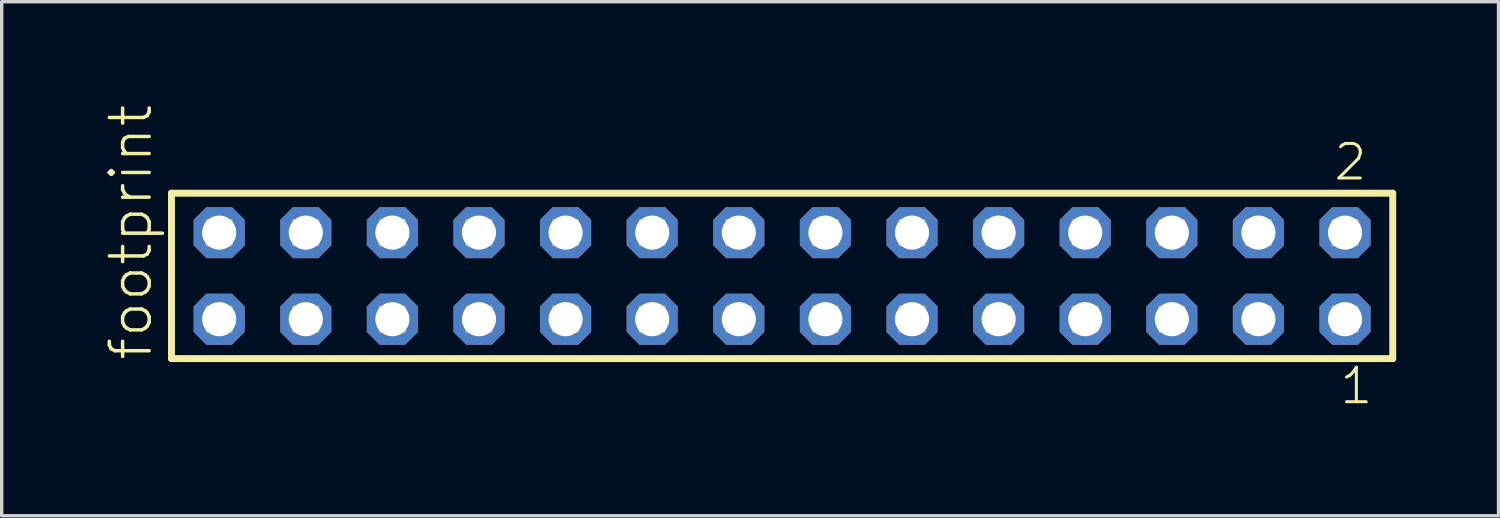
<source format=kicad_pcb>
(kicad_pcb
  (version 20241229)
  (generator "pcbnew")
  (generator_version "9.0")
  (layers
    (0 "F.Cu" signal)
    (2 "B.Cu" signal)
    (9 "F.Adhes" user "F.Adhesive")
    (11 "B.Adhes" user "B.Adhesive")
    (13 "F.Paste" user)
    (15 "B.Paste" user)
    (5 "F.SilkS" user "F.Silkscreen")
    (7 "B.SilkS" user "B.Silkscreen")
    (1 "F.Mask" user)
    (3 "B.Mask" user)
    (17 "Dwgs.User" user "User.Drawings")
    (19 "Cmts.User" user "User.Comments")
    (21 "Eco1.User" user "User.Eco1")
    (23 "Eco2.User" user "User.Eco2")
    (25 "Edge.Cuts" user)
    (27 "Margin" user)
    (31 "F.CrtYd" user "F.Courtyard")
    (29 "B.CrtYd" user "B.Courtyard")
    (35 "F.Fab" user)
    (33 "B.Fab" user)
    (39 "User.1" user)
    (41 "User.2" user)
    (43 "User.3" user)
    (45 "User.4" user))
  (footprint "footprint"
    (layer "F.Cu")
    (at 19.888 5.042)
    (property "Reference" "footprint" (at -18.415 2.54 90) (layer "F.SilkS") (effects (font (size 1.168 1.168) (thickness 0.102)) (justify left bottom)))
    (fp_line (start -17.909 -2.425) (end 17.909 -2.425) (stroke (width 0.203) (type solid)) (layer "F.SilkS"))
    (fp_line (start -17.909 2.425) (end -17.909 -2.425) (stroke (width 0.203) (type solid)) (layer "F.SilkS"))
    (fp_line (start 17.909 -2.425) (end 17.909 2.425) (stroke (width 0.203) (type solid)) (layer "F.SilkS"))
    (fp_line (start 17.909 2.425) (end -17.909 2.425) (stroke (width 0.203) (type solid)) (layer "F.SilkS"))
    (fp_poly (pts (xy -16.86 -0.92) (xy -16.16 -0.92) (xy -16.16 -1.62) (xy -16.86 -1.62)) (stroke (width 0.1) (type solid)) (fill no) (layer "F.Fab"))
    (fp_poly (pts (xy -16.86 1.62) (xy -16.16 1.62) (xy -16.16 0.92) (xy -16.86 0.92)) (stroke (width 0.1) (type solid)) (fill no) (layer "F.Fab"))
    (fp_poly (pts (xy -14.32 -0.92) (xy -13.62 -0.92) (xy -13.62 -1.62) (xy -14.32 -1.62)) (stroke (width 0.1) (type solid)) (fill no) (layer "F.Fab"))
    (fp_poly (pts (xy -14.32 1.62) (xy -13.62 1.62) (xy -13.62 0.92) (xy -14.32 0.92)) (stroke (width 0.1) (type solid)) (fill no) (layer "F.Fab"))
    (fp_poly (pts (xy -11.78 -0.92) (xy -11.08 -0.92) (xy -11.08 -1.62) (xy -11.78 -1.62)) (stroke (width 0.1) (type solid)) (fill no) (layer "F.Fab"))
    (fp_poly (pts (xy -11.78 1.62) (xy -11.08 1.62) (xy -11.08 0.92) (xy -11.78 0.92)) (stroke (width 0.1) (type solid)) (fill no) (layer "F.Fab"))
    (fp_poly (pts (xy -9.24 -0.92) (xy -8.54 -0.92) (xy -8.54 -1.62) (xy -9.24 -1.62)) (stroke (width 0.1) (type solid)) (fill no) (layer "F.Fab"))
    (fp_poly (pts (xy -9.24 1.62) (xy -8.54 1.62) (xy -8.54 0.92) (xy -9.24 0.92)) (stroke (width 0.1) (type solid)) (fill no) (layer "F.Fab"))
    (fp_poly (pts (xy -6.7 -0.92) (xy -6 -0.92) (xy -6 -1.62) (xy -6.7 -1.62)) (stroke (width 0.1) (type solid)) (fill no) (layer "F.Fab"))
    (fp_poly (pts (xy -6.7 1.62) (xy -6 1.62) (xy -6 0.92) (xy -6.7 0.92)) (stroke (width 0.1) (type solid)) (fill no) (layer "F.Fab"))
    (fp_poly (pts (xy -4.16 -0.92) (xy -3.46 -0.92) (xy -3.46 -1.62) (xy -4.16 -1.62)) (stroke (width 0.1) (type solid)) (fill no) (layer "F.Fab"))
    (fp_poly (pts (xy -4.16 1.62) (xy -3.46 1.62) (xy -3.46 0.92) (xy -4.16 0.92)) (stroke (width 0.1) (type solid)) (fill no) (layer "F.Fab"))
    (fp_poly (pts (xy -1.62 -0.92) (xy -0.92 -0.92) (xy -0.92 -1.62) (xy -1.62 -1.62)) (stroke (width 0.1) (type solid)) (fill no) (layer "F.Fab"))
    (fp_poly (pts (xy -1.62 1.62) (xy -0.92 1.62) (xy -0.92 0.92) (xy -1.62 0.92)) (stroke (width 0.1) (type solid)) (fill no) (layer "F.Fab"))
    (fp_poly (pts (xy 0.92 -0.92) (xy 1.62 -0.92) (xy 1.62 -1.62) (xy 0.92 -1.62)) (stroke (width 0.1) (type solid)) (fill no) (layer "F.Fab"))
    (fp_poly (pts (xy 0.92 1.62) (xy 1.62 1.62) (xy 1.62 0.92) (xy 0.92 0.92)) (stroke (width 0.1) (type solid)) (fill no) (layer "F.Fab"))
    (fp_poly (pts (xy 3.46 -0.92) (xy 4.16 -0.92) (xy 4.16 -1.62) (xy 3.46 -1.62)) (stroke (width 0.1) (type solid)) (fill no) (layer "F.Fab"))
    (fp_poly (pts (xy 3.46 1.62) (xy 4.16 1.62) (xy 4.16 0.92) (xy 3.46 0.92)) (stroke (width 0.1) (type solid)) (fill no) (layer "F.Fab"))
    (fp_poly (pts (xy 6 -0.92) (xy 6.7 -0.92) (xy 6.7 -1.62) (xy 6 -1.62)) (stroke (width 0.1) (type solid)) (fill no) (layer "F.Fab"))
    (fp_poly (pts (xy 6 1.62) (xy 6.7 1.62) (xy 6.7 0.92) (xy 6 0.92)) (stroke (width 0.1) (type solid)) (fill no) (layer "F.Fab"))
    (fp_poly (pts (xy 8.54 -0.92) (xy 9.24 -0.92) (xy 9.24 -1.62) (xy 8.54 -1.62)) (stroke (width 0.1) (type solid)) (fill no) (layer "F.Fab"))
    (fp_poly (pts (xy 8.54 1.62) (xy 9.24 1.62) (xy 9.24 0.92) (xy 8.54 0.92)) (stroke (width 0.1) (type solid)) (fill no) (layer "F.Fab"))
    (fp_poly (pts (xy 11.08 -0.92) (xy 11.78 -0.92) (xy 11.78 -1.62) (xy 11.08 -1.62)) (stroke (width 0.1) (type solid)) (fill no) (layer "F.Fab"))
    (fp_poly (pts (xy 11.08 1.62) (xy 11.78 1.62) (xy 11.78 0.92) (xy 11.08 0.92)) (stroke (width 0.1) (type solid)) (fill no) (layer "F.Fab"))
    (fp_poly (pts (xy 13.62 -0.92) (xy 14.32 -0.92) (xy 14.32 -1.62) (xy 13.62 -1.62)) (stroke (width 0.1) (type solid)) (fill no) (layer "F.Fab"))
    (fp_poly (pts (xy 13.62 1.62) (xy 14.32 1.62) (xy 14.32 0.92) (xy 13.62 0.92)) (stroke (width 0.1) (type solid)) (fill no) (layer "F.Fab"))
    (fp_poly (pts (xy 16.16 -0.92) (xy 16.86 -0.92) (xy 16.86 -1.62) (xy 16.16 -1.62)) (stroke (width 0.1) (type solid)) (fill no) (layer "F.Fab"))
    (fp_poly (pts (xy 16.16 1.62) (xy 16.86 1.62) (xy 16.86 0.92) (xy 16.16 0.92)) (stroke (width 0.1) (type solid)) (fill no) (layer "F.Fab"))
    (fp_text user "1" (at 16.302 3.818 0) (layer "F.SilkS") (effects (font (size 1.012 1.012) (thickness 0.088)) (justify left bottom)))
    (fp_text user "2" (at 16.127 -2.744 0) (layer "F.SilkS") (effects (font (size 1.012 1.012) (thickness 0.088)) (justify left bottom)))
    (pad "1" thru_hole roundrect (at 16.51 1.27 180) (size 1.5 1.5) (drill 1) (layers "*.Cu" "*.Mask") (roundrect_rratio 0.25) (chamfer_ratio 0.25) (chamfer top_left top_right bottom_left bottom_right))
    (pad "2" thru_hole roundrect (at 16.51 -1.27 180) (size 1.5 1.5) (drill 1) (layers "*.Cu" "*.Mask") (roundrect_rratio 0.25) (chamfer_ratio 0.25) (chamfer top_left top_right bottom_left bottom_right))
    (pad "3" thru_hole roundrect (at 13.97 1.27 180) (size 1.5 1.5) (drill 1) (layers "*.Cu" "*.Mask") (roundrect_rratio 0.25) (chamfer_ratio 0.25) (chamfer top_left top_right bottom_left bottom_right))
    (pad "4" thru_hole roundrect (at 13.97 -1.27 180) (size 1.5 1.5) (drill 1) (layers "*.Cu" "*.Mask") (roundrect_rratio 0.25) (chamfer_ratio 0.25) (chamfer top_left top_right bottom_left bottom_right))
    (pad "5" thru_hole roundrect (at 11.43 1.27 180) (size 1.5 1.5) (drill 1) (layers "*.Cu" "*.Mask") (roundrect_rratio 0.25) (chamfer_ratio 0.25) (chamfer top_left top_right bottom_left bottom_right))
    (pad "6" thru_hole roundrect (at 11.43 -1.27 180) (size 1.5 1.5) (drill 1) (layers "*.Cu" "*.Mask") (roundrect_rratio 0.25) (chamfer_ratio 0.25) (chamfer top_left top_right bottom_left bottom_right))
    (pad "7" thru_hole roundrect (at 8.89 1.27 180) (size 1.5 1.5) (drill 1) (layers "*.Cu" "*.Mask") (roundrect_rratio 0.25) (chamfer_ratio 0.25) (chamfer top_left top_right bottom_left bottom_right))
    (pad "8" thru_hole roundrect (at 8.89 -1.27 180) (size 1.5 1.5) (drill 1) (layers "*.Cu" "*.Mask") (roundrect_rratio 0.25) (chamfer_ratio 0.25) (chamfer top_left top_right bottom_left bottom_right))
    (pad "9" thru_hole roundrect (at 6.35 1.27 180) (size 1.5 1.5) (drill 1) (layers "*.Cu" "*.Mask") (roundrect_rratio 0.25) (chamfer_ratio 0.25) (chamfer top_left top_right bottom_left bottom_right))
    (pad "10" thru_hole roundrect (at 6.35 -1.27 180) (size 1.5 1.5) (drill 1) (layers "*.Cu" "*.Mask") (roundrect_rratio 0.25) (chamfer_ratio 0.25) (chamfer top_left top_right bottom_left bottom_right))
    (pad "11" thru_hole roundrect (at 3.81 1.27 180) (size 1.5 1.5) (drill 1) (layers "*.Cu" "*.Mask") (roundrect_rratio 0.25) (chamfer_ratio 0.25) (chamfer top_left top_right bottom_left bottom_right))
    (pad "12" thru_hole roundrect (at 3.81 -1.27 180) (size 1.5 1.5) (drill 1) (layers "*.Cu" "*.Mask") (roundrect_rratio 0.25) (chamfer_ratio 0.25) (chamfer top_left top_right bottom_left bottom_right))
    (pad "13" thru_hole roundrect (at 1.27 1.27 180) (size 1.5 1.5) (drill 1) (layers "*.Cu" "*.Mask") (roundrect_rratio 0.25) (chamfer_ratio 0.25) (chamfer top_left top_right bottom_left bottom_right))
    (pad "14" thru_hole roundrect (at 1.27 -1.27 180) (size 1.5 1.5) (drill 1) (layers "*.Cu" "*.Mask") (roundrect_rratio 0.25) (chamfer_ratio 0.25) (chamfer top_left top_right bottom_left bottom_right))
    (pad "15" thru_hole roundrect (at -1.27 1.27 180) (size 1.5 1.5) (drill 1) (layers "*.Cu" "*.Mask") (roundrect_rratio 0.25) (chamfer_ratio 0.25) (chamfer top_left top_right bottom_left bottom_right))
    (pad "16" thru_hole roundrect (at -1.27 -1.27 180) (size 1.5 1.5) (drill 1) (layers "*.Cu" "*.Mask") (roundrect_rratio 0.25) (chamfer_ratio 0.25) (chamfer top_left top_right bottom_left bottom_right))
    (pad "17" thru_hole roundrect (at -3.81 1.27 180) (size 1.5 1.5) (drill 1) (layers "*.Cu" "*.Mask") (roundrect_rratio 0.25) (chamfer_ratio 0.25) (chamfer top_left top_right bottom_left bottom_right))
    (pad "18" thru_hole roundrect (at -3.81 -1.27 180) (size 1.5 1.5) (drill 1) (layers "*.Cu" "*.Mask") (roundrect_rratio 0.25) (chamfer_ratio 0.25) (chamfer top_left top_right bottom_left bottom_right))
    (pad "19" thru_hole roundrect (at -6.35 1.27 180) (size 1.5 1.5) (drill 1) (layers "*.Cu" "*.Mask") (roundrect_rratio 0.25) (chamfer_ratio 0.25) (chamfer top_left top_right bottom_left bottom_right))
    (pad "20" thru_hole roundrect (at -6.35 -1.27 180) (size 1.5 1.5) (drill 1) (layers "*.Cu" "*.Mask") (roundrect_rratio 0.25) (chamfer_ratio 0.25) (chamfer top_left top_right bottom_left bottom_right))
    (pad "21" thru_hole roundrect (at -8.89 1.27 180) (size 1.5 1.5) (drill 1) (layers "*.Cu" "*.Mask") (roundrect_rratio 0.25) (chamfer_ratio 0.25) (chamfer top_left top_right bottom_left bottom_right))
    (pad "22" thru_hole roundrect (at -8.89 -1.27 180) (size 1.5 1.5) (drill 1) (layers "*.Cu" "*.Mask") (roundrect_rratio 0.25) (chamfer_ratio 0.25) (chamfer top_left top_right bottom_left bottom_right))
    (pad "23" thru_hole roundrect (at -11.43 1.27 180) (size 1.5 1.5) (drill 1) (layers "*.Cu" "*.Mask") (roundrect_rratio 0.25) (chamfer_ratio 0.25) (chamfer top_left top_right bottom_left bottom_right))
    (pad "24" thru_hole roundrect (at -11.43 -1.27 180) (size 1.5 1.5) (drill 1) (layers "*.Cu" "*.Mask") (roundrect_rratio 0.25) (chamfer_ratio 0.25) (chamfer top_left top_right bottom_left bottom_right))
    (pad "25" thru_hole roundrect (at -13.97 1.27 180) (size 1.5 1.5) (drill 1) (layers "*.Cu" "*.Mask") (roundrect_rratio 0.25) (chamfer_ratio 0.25) (chamfer top_left top_right bottom_left bottom_right))
    (pad "26" thru_hole roundrect (at -13.97 -1.27 180) (size 1.5 1.5) (drill 1) (layers "*.Cu" "*.Mask") (roundrect_rratio 0.25) (chamfer_ratio 0.25) (chamfer top_left top_right bottom_left bottom_right))
    (pad "27" thru_hole roundrect (at -16.51 1.27 180) (size 1.5 1.5) (drill 1) (layers "*.Cu" "*.Mask") (roundrect_rratio 0.25) (chamfer_ratio 0.25) (chamfer top_left top_right bottom_left bottom_right))
    (pad "28" thru_hole roundrect (at -16.51 -1.27 180) (size 1.5 1.5) (drill 1) (layers "*.Cu" "*.Mask") (roundrect_rratio 0.25) (chamfer_ratio 0.25) (chamfer top_left top_right bottom_left bottom_right)))
  (gr_rect
    (start -3 -3)
    (end 40.899 12.077)
    (stroke (width 0.1) (type default))
    (fill no)
    (layer "Edge.Cuts")))
</source>
